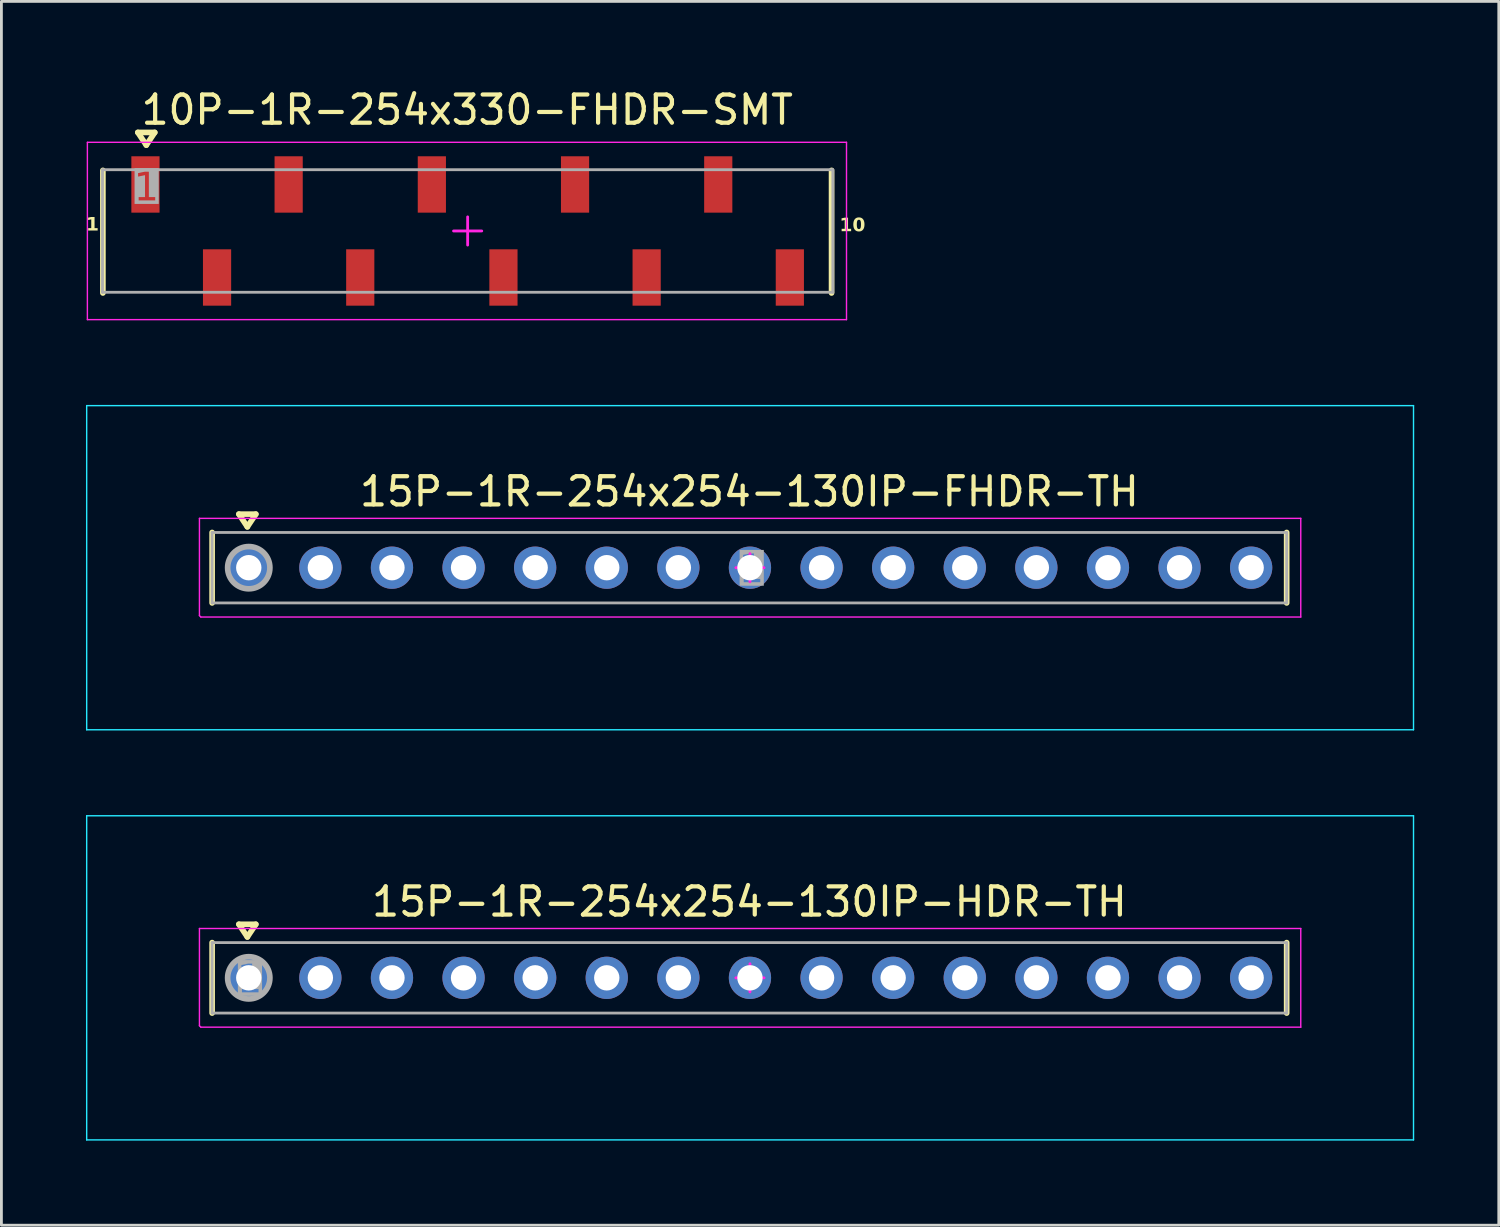
<source format=kicad_pcb>
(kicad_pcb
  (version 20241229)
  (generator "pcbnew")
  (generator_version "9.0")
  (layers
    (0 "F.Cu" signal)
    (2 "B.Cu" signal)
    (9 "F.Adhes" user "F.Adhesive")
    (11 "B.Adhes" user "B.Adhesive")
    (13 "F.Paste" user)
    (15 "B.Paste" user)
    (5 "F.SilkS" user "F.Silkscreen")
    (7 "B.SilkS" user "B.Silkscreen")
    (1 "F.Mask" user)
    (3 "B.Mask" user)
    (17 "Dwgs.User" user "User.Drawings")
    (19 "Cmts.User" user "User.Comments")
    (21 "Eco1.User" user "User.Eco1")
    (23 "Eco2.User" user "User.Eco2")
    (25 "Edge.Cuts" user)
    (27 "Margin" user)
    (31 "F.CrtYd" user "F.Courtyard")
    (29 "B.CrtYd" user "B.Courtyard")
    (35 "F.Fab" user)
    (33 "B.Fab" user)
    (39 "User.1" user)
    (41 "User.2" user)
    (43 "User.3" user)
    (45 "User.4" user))
  (footprint "10P-1R-254x330-FHDR-SMT"
    (layer "F.Cu")
    (at 13.54 5.144)
    (property "Reference" "10P-1R-254x330-FHDR-SMT" (at -0.015 -4.296 0) (layer "F.SilkS") (effects (font (size 1 1) (thickness 0.15))))
    (fp_line (start -12.94 2.2) (end -12.94 -2.15) (stroke (width 0.2) (type solid)) (layer "F.SilkS"))
    (fp_line (start -11.7 -3.496) (end -11.4 -3.046) (stroke (width 0.2) (type solid)) (layer "F.SilkS"))
    (fp_line (start -11.7 -3.496) (end -11.1 -3.496) (stroke (width 0.2) (type solid)) (layer "F.SilkS"))
    (fp_line (start -11.4 -3.046) (end -11.1 -3.496) (stroke (width 0.2) (type solid)) (layer "F.SilkS"))
    (fp_line (start 12.91 2.2) (end 12.91 -2.15) (stroke (width 0.2) (type solid)) (layer "F.SilkS"))
    (fp_line (start -13.49 -3.145) (end 13.44 -3.145) (stroke (width 0.05) (type solid)) (layer "F.CrtYd"))
    (fp_line (start -13.49 3.145) (end -13.49 -3.145) (stroke (width 0.05) (type solid)) (layer "F.CrtYd"))
    (fp_line (start -13.49 3.145) (end 13.44 3.145) (stroke (width 0.05) (type solid)) (layer "F.CrtYd"))
    (fp_line (start -0.5 0) (end 0.5 0) (stroke (width 0.1) (type solid)) (layer "F.CrtYd"))
    (fp_line (start 0 0.5) (end 0 -0.5) (stroke (width 0.1) (type solid)) (layer "F.CrtYd"))
    (fp_line (start 13.44 3.145) (end 13.44 -3.145) (stroke (width 0.05) (type solid)) (layer "F.CrtYd"))
    (fp_line (start -12.954 -2.174) (end 12.954 -2.174) (stroke (width 0.1) (type solid)) (layer "F.Fab"))
    (fp_line (start -12.954 2.174) (end -12.954 -2.174) (stroke (width 0.1) (type solid)) (layer "F.Fab"))
    (fp_line (start -12.954 2.174) (end 12.954 2.174) (stroke (width 0.1) (type solid)) (layer "F.Fab"))
    (fp_line (start 12.954 2.174) (end 12.954 -2.174) (stroke (width 0.1) (type solid)) (layer "F.Fab"))
    (fp_text user "1" (at -13.54 0.065 0) (unlocked yes) (layer "F.SilkS") (effects (font (face "Arial Black") (size 0.472 0.472) (thickness 0.1)) (justify left bottom)))
    (fp_text user "10" (at 13.19 0.089 0) (unlocked yes) (layer "F.SilkS") (effects (font (face "Arial Black") (size 0.472 0.472) (thickness 0.1)) (justify left bottom)))
    (fp_text user "1" (at -11.4 -1.5 0) (unlocked yes) (layer "F.Fab" knockout) (effects (font (face "Arial") (size 1 1) (thickness 0.254))))
    (pad "1" smd rect (at -11.43 -1.65 270) (size 2 1) (layers "F.Cu" "F.Mask" "F.Paste"))
    (pad "2" smd rect (at -8.89 1.65 270) (size 2 1) (layers "F.Cu" "F.Mask" "F.Paste"))
    (pad "3" smd rect (at -6.35 -1.65 270) (size 2 1) (layers "F.Cu" "F.Mask" "F.Paste"))
    (pad "4" smd rect (at -3.81 1.65 270) (size 2 1) (layers "F.Cu" "F.Mask" "F.Paste"))
    (pad "5" smd rect (at -1.27 -1.65 270) (size 2 1) (layers "F.Cu" "F.Mask" "F.Paste"))
    (pad "6" smd rect (at 1.27 1.65 270) (size 2 1) (layers "F.Cu" "F.Mask" "F.Paste"))
    (pad "7" smd rect (at 3.81 -1.65 270) (size 2 1) (layers "F.Cu" "F.Mask" "F.Paste"))
    (pad "8" smd rect (at 6.35 1.65 270) (size 2 1) (layers "F.Cu" "F.Mask" "F.Paste"))
    (pad "9" smd rect (at 8.89 -1.65 270) (size 2 1) (layers "F.Cu" "F.Mask" "F.Paste"))
    (pad "10" smd rect (at 11.43 1.65 270) (size 2 1) (layers "F.Cu" "F.Mask" "F.Paste")))
  (footprint "15P-1R-254x254-130IP-FHDR-TH"
    (layer "F.Cu")
    (at 23.555 17.089)
    (property "Reference" "15P-1R-254x254-130IP-FHDR-TH" (at -0.02 -2.7 0) (layer "F.SilkS") (effects (font (size 1 1) (thickness 0.15))))
    (fp_line (start -19.08 1.25) (end -19.08 -1.25) (stroke (width 0.2) (type solid)) (layer "F.SilkS"))
    (fp_line (start -18.13 -1.9) (end -17.83 -1.45) (stroke (width 0.2) (type solid)) (layer "F.SilkS"))
    (fp_line (start -18.13 -1.9) (end -17.53 -1.9) (stroke (width 0.2) (type solid)) (layer "F.SilkS"))
    (fp_line (start -17.83 -1.45) (end -17.53 -1.9) (stroke (width 0.2) (type solid)) (layer "F.SilkS"))
    (fp_line (start 19.04 1.25) (end 19.04 -1.25) (stroke (width 0.2) (type solid)) (layer "F.SilkS"))
    (fp_line (start -23.53 -5.75) (end 23.54 -5.75) (stroke (width 0.05) (type solid)) (layer "B.CrtYd"))
    (fp_line (start -23.53 5.75) (end -23.53 -5.75) (stroke (width 0.05) (type solid)) (layer "B.CrtYd"))
    (fp_line (start -23.53 5.75) (end 23.54 5.75) (stroke (width 0.05) (type solid)) (layer "B.CrtYd"))
    (fp_line (start 23.54 5.75) (end 23.54 -5.75) (stroke (width 0.05) (type solid)) (layer "B.CrtYd"))
    (fp_line (start -19.53 -1.75) (end 19.54 -1.75) (stroke (width 0.05) (type solid)) (layer "F.CrtYd"))
    (fp_line (start -19.53 1.7) (end -19.53 -1.75) (stroke (width 0.05) (type solid)) (layer "F.CrtYd"))
    (fp_line (start -19.53 1.7) (end -19.48 1.75) (stroke (width 0.05) (type solid)) (layer "F.CrtYd"))
    (fp_line (start -19.48 1.75) (end 19.54 1.75) (stroke (width 0.05) (type solid)) (layer "F.CrtYd"))
    (fp_line (start -0.5 0) (end 0.5 0) (stroke (width 0.1) (type solid)) (layer "F.CrtYd"))
    (fp_line (start 0 0.5) (end 0 -0.5) (stroke (width 0.1) (type solid)) (layer "F.CrtYd"))
    (fp_line (start 19.54 1.75) (end 19.54 -1.75) (stroke (width 0.05) (type solid)) (layer "F.CrtYd"))
    (fp_line (start -19.08 -1.25) (end 19.04 -1.25) (stroke (width 0.1) (type solid)) (layer "F.Fab"))
    (fp_line (start -19.08 1.25) (end -19.08 -1.25) (stroke (width 0.1) (type solid)) (layer "F.Fab"))
    (fp_line (start -19.08 1.25) (end 19.04 1.25) (stroke (width 0.1) (type solid)) (layer "F.Fab"))
    (fp_line (start 19.04 1.25) (end 19.04 -1.25) (stroke (width 0.1) (type solid)) (layer "F.Fab"))
    (fp_circle (center -17.78 0) (end -17.78 -0.75) (stroke (width 0.2) (type solid)) (fill no) (layer "F.Fab"))
    (fp_text user "1" (at 0.05 0.1 0) (unlocked yes) (layer "F.Fab" knockout) (effects (font (face "Arial") (size 1 1) (thickness 0.254))))
    (pad "1" thru_hole circle (at -17.78 0 180) (size 1.5 1.5) (drill 0.9) (layers "*.Cu" "*.Mask"))
    (pad "2" thru_hole circle (at -15.24 0 180) (size 1.5 1.5) (drill 0.9) (layers "*.Cu" "*.Mask"))
    (pad "3" thru_hole circle (at -12.7 0 180) (size 1.5 1.5) (drill 0.9) (layers "*.Cu" "*.Mask"))
    (pad "4" thru_hole circle (at -10.16 0 180) (size 1.5 1.5) (drill 0.9) (layers "*.Cu" "*.Mask"))
    (pad "5" thru_hole circle (at -7.62 0 180) (size 1.5 1.5) (drill 0.9) (layers "*.Cu" "*.Mask"))
    (pad "6" thru_hole circle (at -5.08 0 180) (size 1.5 1.5) (drill 0.9) (layers "*.Cu" "*.Mask"))
    (pad "7" thru_hole circle (at -2.54 0 180) (size 1.5 1.5) (drill 0.9) (layers "*.Cu" "*.Mask"))
    (pad "8" thru_hole circle (at 0 0 180) (size 1.5 1.5) (drill 0.9) (layers "*.Cu" "*.Mask"))
    (pad "9" thru_hole circle (at 2.54 0 180) (size 1.5 1.5) (drill 0.9) (layers "*.Cu" "*.Mask"))
    (pad "10" thru_hole circle (at 5.08 0 180) (size 1.5 1.5) (drill 0.9) (layers "*.Cu" "*.Mask"))
    (pad "11" thru_hole circle (at 7.62 0 180) (size 1.5 1.5) (drill 0.9) (layers "*.Cu" "*.Mask"))
    (pad "12" thru_hole circle (at 10.16 0 180) (size 1.5 1.5) (drill 0.9) (layers "*.Cu" "*.Mask"))
    (pad "13" thru_hole circle (at 12.7 0 180) (size 1.5 1.5) (drill 0.9) (layers "*.Cu" "*.Mask"))
    (pad "14" thru_hole circle (at 15.24 0 180) (size 1.5 1.5) (drill 0.9) (layers "*.Cu" "*.Mask"))
    (pad "15" thru_hole circle (at 17.78 0 180) (size 1.5 1.5) (drill 0.9) (layers "*.Cu" "*.Mask")))
  (footprint "15P-1R-254x254-130IP-HDR-TH"
    (layer "F.Cu")
    (at 23.555 31.639)
    (property "Reference" "15P-1R-254x254-130IP-HDR-TH" (at -0.02 -2.7 0) (layer "F.SilkS") (effects (font (size 1 1) (thickness 0.15))))
    (fp_line (start -19.08 1.25) (end -19.08 -1.25) (stroke (width 0.2) (type solid)) (layer "F.SilkS"))
    (fp_line (start -18.13 -1.9) (end -17.83 -1.45) (stroke (width 0.2) (type solid)) (layer "F.SilkS"))
    (fp_line (start -18.13 -1.9) (end -17.53 -1.9) (stroke (width 0.2) (type solid)) (layer "F.SilkS"))
    (fp_line (start -17.83 -1.45) (end -17.53 -1.9) (stroke (width 0.2) (type solid)) (layer "F.SilkS"))
    (fp_line (start 19.04 1.25) (end 19.04 -1.25) (stroke (width 0.2) (type solid)) (layer "F.SilkS"))
    (fp_line (start -23.53 -5.75) (end 23.54 -5.75) (stroke (width 0.05) (type solid)) (layer "B.CrtYd"))
    (fp_line (start -23.53 5.75) (end -23.53 -5.75) (stroke (width 0.05) (type solid)) (layer "B.CrtYd"))
    (fp_line (start -23.53 5.75) (end 23.54 5.75) (stroke (width 0.05) (type solid)) (layer "B.CrtYd"))
    (fp_line (start 23.54 5.75) (end 23.54 -5.75) (stroke (width 0.05) (type solid)) (layer "B.CrtYd"))
    (fp_line (start -19.53 -1.75) (end 19.54 -1.75) (stroke (width 0.05) (type solid)) (layer "F.CrtYd"))
    (fp_line (start -19.53 1.7) (end -19.53 -1.75) (stroke (width 0.05) (type solid)) (layer "F.CrtYd"))
    (fp_line (start -19.53 1.7) (end -19.48 1.75) (stroke (width 0.05) (type solid)) (layer "F.CrtYd"))
    (fp_line (start -19.48 1.75) (end 19.54 1.75) (stroke (width 0.05) (type solid)) (layer "F.CrtYd"))
    (fp_line (start -0.5 0) (end 0.5 0) (stroke (width 0.1) (type solid)) (layer "F.CrtYd"))
    (fp_line (start 0 0.5) (end 0 -0.5) (stroke (width 0.1) (type solid)) (layer "F.CrtYd"))
    (fp_line (start 19.54 1.75) (end 19.54 -1.75) (stroke (width 0.05) (type solid)) (layer "F.CrtYd"))
    (fp_line (start -19.08 -1.25) (end 19.04 -1.25) (stroke (width 0.1) (type solid)) (layer "F.Fab"))
    (fp_line (start -19.08 1.25) (end -19.08 -1.25) (stroke (width 0.1) (type solid)) (layer "F.Fab"))
    (fp_line (start -19.08 1.25) (end 19.04 1.25) (stroke (width 0.1) (type solid)) (layer "F.Fab"))
    (fp_line (start 19.04 1.25) (end 19.04 -1.25) (stroke (width 0.1) (type solid)) (layer "F.Fab"))
    (fp_circle (center -17.78 0) (end -17.78 -0.75) (stroke (width 0.2) (type solid)) (fill no) (layer "F.Fab"))
    (fp_text user "1" (at -17.75 0.1 0) (unlocked yes) (layer "F.Fab" knockout) (effects (font (face "Arial") (size 1 1) (thickness 0.254))))
    (pad "1" thru_hole circle (at -17.78 0 180) (size 1.5 1.5) (drill 0.9) (layers "*.Cu" "*.Mask"))
    (pad "2" thru_hole circle (at -15.24 0 180) (size 1.5 1.5) (drill 0.9) (layers "*.Cu" "*.Mask"))
    (pad "3" thru_hole circle (at -12.7 0 180) (size 1.5 1.5) (drill 0.9) (layers "*.Cu" "*.Mask"))
    (pad "4" thru_hole circle (at -10.16 0 180) (size 1.5 1.5) (drill 0.9) (layers "*.Cu" "*.Mask"))
    (pad "5" thru_hole circle (at -7.62 0 180) (size 1.5 1.5) (drill 0.9) (layers "*.Cu" "*.Mask"))
    (pad "6" thru_hole circle (at -5.08 0 180) (size 1.5 1.5) (drill 0.9) (layers "*.Cu" "*.Mask"))
    (pad "7" thru_hole circle (at -2.54 0 180) (size 1.5 1.5) (drill 0.9) (layers "*.Cu" "*.Mask"))
    (pad "8" thru_hole circle (at 0 0 180) (size 1.5 1.5) (drill 0.9) (layers "*.Cu" "*.Mask"))
    (pad "9" thru_hole circle (at 2.54 0 180) (size 1.5 1.5) (drill 0.9) (layers "*.Cu" "*.Mask"))
    (pad "10" thru_hole circle (at 5.08 0 180) (size 1.5 1.5) (drill 0.9) (layers "*.Cu" "*.Mask"))
    (pad "11" thru_hole circle (at 7.62 0 180) (size 1.5 1.5) (drill 0.9) (layers "*.Cu" "*.Mask"))
    (pad "12" thru_hole circle (at 10.16 0 180) (size 1.5 1.5) (drill 0.9) (layers "*.Cu" "*.Mask"))
    (pad "13" thru_hole circle (at 12.7 0 180) (size 1.5 1.5) (drill 0.9) (layers "*.Cu" "*.Mask"))
    (pad "14" thru_hole circle (at 15.24 0 180) (size 1.5 1.5) (drill 0.9) (layers "*.Cu" "*.Mask"))
    (pad "15" thru_hole circle (at 17.78 0 180) (size 1.5 1.5) (drill 0.9) (layers "*.Cu" "*.Mask")))
  (gr_rect
    (start -3 -3)
    (end 50.12 40.414)
    (stroke (width 0.1) (type default))
    (fill no)
    (layer "Edge.Cuts")))
</source>
